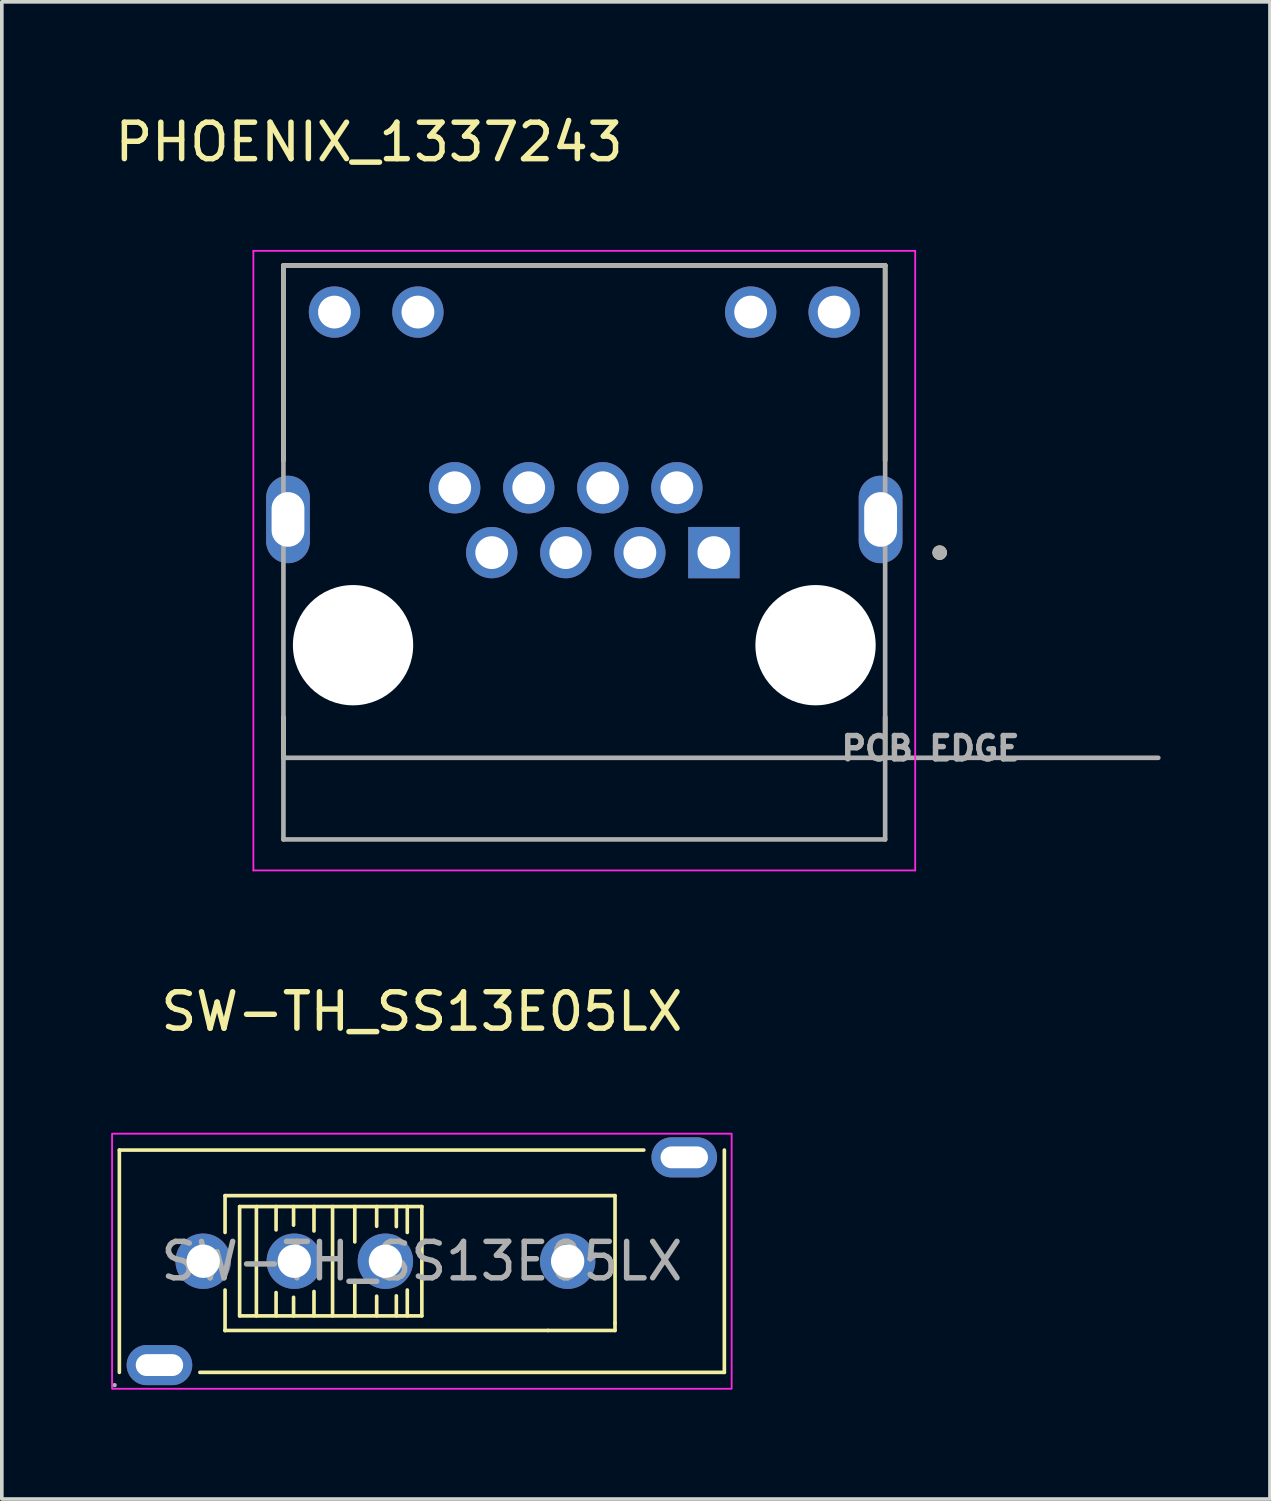
<source format=kicad_pcb>
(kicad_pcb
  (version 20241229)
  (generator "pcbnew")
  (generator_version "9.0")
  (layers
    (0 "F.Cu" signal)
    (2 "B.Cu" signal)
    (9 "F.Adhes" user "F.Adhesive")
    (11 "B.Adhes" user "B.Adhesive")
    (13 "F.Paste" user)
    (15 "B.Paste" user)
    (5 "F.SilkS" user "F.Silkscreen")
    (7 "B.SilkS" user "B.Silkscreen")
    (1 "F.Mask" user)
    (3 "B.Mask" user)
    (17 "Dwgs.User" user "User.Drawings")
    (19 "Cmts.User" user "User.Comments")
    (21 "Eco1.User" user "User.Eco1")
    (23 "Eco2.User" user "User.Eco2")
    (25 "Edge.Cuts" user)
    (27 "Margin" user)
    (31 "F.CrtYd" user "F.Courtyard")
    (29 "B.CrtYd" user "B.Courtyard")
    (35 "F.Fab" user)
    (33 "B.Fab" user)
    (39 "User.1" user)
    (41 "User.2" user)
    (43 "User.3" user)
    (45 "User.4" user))
  (footprint "PHOENIX_1337243"
    (layer "F.Cu")
    (at 4.727 19.983)
    (property "Reference" "PHOENIX_1337243" (at 2.35 -19.135 0) (layer "F.SilkS") (effects (font (size 1 1) (thickness 0.15))))
    (attr through_hole)
    (fp_line (start 0 -15.75) (end 0 -10.4) (stroke (width 0.127) (type solid)) (layer "F.SilkS"))
    (fp_line (start 0 -2.24) (end 0 -3.36) (stroke (width 0.127) (type solid)) (layer "F.SilkS"))
    (fp_line (start 16.51 -15.75) (end 0 -15.75) (stroke (width 0.127) (type solid)) (layer "F.SilkS"))
    (fp_line (start 16.51 -10.4) (end 16.51 -15.75) (stroke (width 0.127) (type solid)) (layer "F.SilkS"))
    (fp_line (start 16.51 -2.24) (end 16.51 -3.36) (stroke (width 0.127) (type solid)) (layer "F.SilkS"))
    (fp_circle (center 18.005 -7.87) (end 18.105 -7.87) (stroke (width 0.2) (type solid)) (fill no) (layer "F.SilkS"))
    (fp_line (start -0.825 -16.15) (end -0.825 0.85) (stroke (width 0.05) (type solid)) (layer "F.CrtYd"))
    (fp_line (start -0.825 0.85) (end 17.335 0.85) (stroke (width 0.05) (type solid)) (layer "F.CrtYd"))
    (fp_line (start 17.335 -16.15) (end -0.825 -16.15) (stroke (width 0.05) (type solid)) (layer "F.CrtYd"))
    (fp_line (start 17.335 0.85) (end 17.335 -16.15) (stroke (width 0.05) (type solid)) (layer "F.CrtYd"))
    (fp_line (start 0 -15.75) (end 0 -2.24) (stroke (width 0.127) (type solid)) (layer "F.Fab"))
    (fp_line (start 0 -2.24) (end 0 0) (stroke (width 0.127) (type solid)) (layer "F.Fab"))
    (fp_line (start 0 -2.24) (end 16.51 -2.24) (stroke (width 0.127) (type solid)) (layer "F.Fab"))
    (fp_line (start 0 0) (end 16.51 0) (stroke (width 0.127) (type solid)) (layer "F.Fab"))
    (fp_line (start 16.51 -15.75) (end 0 -15.75) (stroke (width 0.127) (type solid)) (layer "F.Fab"))
    (fp_line (start 16.51 -2.24) (end 16.51 -15.75) (stroke (width 0.127) (type solid)) (layer "F.Fab"))
    (fp_line (start 16.51 -2.24) (end 24.005 -2.24) (stroke (width 0.127) (type solid)) (layer "F.Fab"))
    (fp_line (start 16.51 0) (end 16.51 -2.24) (stroke (width 0.127) (type solid)) (layer "F.Fab"))
    (fp_circle (center 18.005 -7.87) (end 18.105 -7.87) (stroke (width 0.2) (type solid)) (fill no) (layer "F.Fab"))
    (fp_text user "PCB EDGE" (at 17.755 -2.5 0) (layer "F.Fab") (effects (font (size 0.64 0.64) (thickness 0.15))))
    (pad "" np_thru_hole circle (at 1.91 -5.33) (size 3.3 3.3) (drill 3.3) (layers "*.Cu" "*.Mask"))
    (pad "" np_thru_hole circle (at 14.6 -5.33) (size 3.3 3.3) (drill 3.3) (layers "*.Cu" "*.Mask"))
    (pad "1" thru_hole rect (at 11.811 -7.87) (size 1.408 1.408) (drill 0.9) (layers "*.Cu" "*.Mask"))
    (pad "2" thru_hole circle (at 10.795 -9.65) (size 1.408 1.408) (drill 0.9) (layers "*.Cu" "*.Mask"))
    (pad "3" thru_hole circle (at 9.779 -7.87) (size 1.408 1.408) (drill 0.9) (layers "*.Cu" "*.Mask"))
    (pad "4" thru_hole circle (at 8.763 -9.65) (size 1.408 1.408) (drill 0.9) (layers "*.Cu" "*.Mask"))
    (pad "5" thru_hole circle (at 7.747 -7.87) (size 1.408 1.408) (drill 0.9) (layers "*.Cu" "*.Mask"))
    (pad "6" thru_hole circle (at 6.731 -9.65) (size 1.408 1.408) (drill 0.9) (layers "*.Cu" "*.Mask"))
    (pad "7" thru_hole circle (at 5.715 -7.87) (size 1.408 1.408) (drill 0.9) (layers "*.Cu" "*.Mask"))
    (pad "8" thru_hole circle (at 4.699 -9.65) (size 1.408 1.408) (drill 0.9) (layers "*.Cu" "*.Mask"))
    (pad "9" thru_hole circle (at 15.11 -14.47) (size 1.408 1.408) (drill 0.9) (layers "*.Cu" "*.Mask"))
    (pad "10" thru_hole circle (at 12.82 -14.47) (size 1.408 1.408) (drill 0.9) (layers "*.Cu" "*.Mask"))
    (pad "11" thru_hole circle (at 3.69 -14.47) (size 1.408 1.408) (drill 0.9) (layers "*.Cu" "*.Mask"))
    (pad "12" thru_hole circle (at 1.4 -14.47) (size 1.408 1.408) (drill 0.9) (layers "*.Cu" "*.Mask"))
    (pad "SH1" thru_hole oval (at 0.125 -8.78) (size 1.2 2.4) (drill oval 0.9 1.5) (layers "*.Cu" "*.Mask"))
    (pad "SH2" thru_hole oval (at 16.385 -8.78) (size 1.2 2.4) (drill oval 0.9 1.5) (layers "*.Cu" "*.Mask")))
  (footprint "SW-TH_SS13E05LX"
    (layer "F.Cu")
    (at 8.525 31.556)
    (property "Reference" "SW-TH_SS13E05LX" (at 0 -6.85 0) (layer "F.SilkS") (effects (font (size 1 1) (thickness 0.15))))
    (attr through_hole)
    (fp_line (start -8.3 -3.05) (end -8.3 3.05) (stroke (width 0.1) (type solid)) (layer "F.SilkS"))
    (fp_line (start -8.3 -3.05) (end 6.09 -3.05) (stroke (width 0.1) (type solid)) (layer "F.SilkS"))
    (fp_line (start -6.09 3.05) (end 8.3 3.05) (stroke (width 0.1) (type solid)) (layer "F.SilkS"))
    (fp_line (start -5.4 -1.8) (end -5.4 -0.79) (stroke (width 0.1) (type solid)) (layer "F.SilkS"))
    (fp_line (start -5.4 -1.8) (end 5.3 -1.8) (stroke (width 0.1) (type solid)) (layer "F.SilkS"))
    (fp_line (start -5.4 0.79) (end -5.4 1.9) (stroke (width 0.1) (type solid)) (layer "F.SilkS"))
    (fp_line (start -5.4 1.9) (end -5.4 1.9) (stroke (width 0.1) (type solid)) (layer "F.SilkS"))
    (fp_line (start -5 -1.5) (end -5 1.5) (stroke (width 0.1) (type solid)) (layer "F.SilkS"))
    (fp_line (start -5 -1.5) (end 0 -1.5) (stroke (width 0.1) (type solid)) (layer "F.SilkS"))
    (fp_line (start -5 1.5) (end 0 1.5) (stroke (width 0.1) (type solid)) (layer "F.SilkS"))
    (fp_line (start -4.54 -1.5) (end -4.54 1.5) (stroke (width 0.1) (type solid)) (layer "F.SilkS"))
    (fp_line (start -4 -1.5) (end -4 -0.86) (stroke (width 0.1) (type solid)) (layer "F.SilkS"))
    (fp_line (start -4 0.86) (end -4 1.5) (stroke (width 0.1) (type solid)) (layer "F.SilkS"))
    (fp_line (start -3.52 -1.5) (end -3.52 -0.99) (stroke (width 0.1) (type solid)) (layer "F.SilkS"))
    (fp_line (start -3.52 0.99) (end -3.52 1.5) (stroke (width 0.1) (type solid)) (layer "F.SilkS"))
    (fp_line (start -2.96 -1.5) (end -2.96 -0.83) (stroke (width 0.1) (type solid)) (layer "F.SilkS"))
    (fp_line (start -2.96 0.83) (end -2.96 1.5) (stroke (width 0.1) (type solid)) (layer "F.SilkS"))
    (fp_line (start -2.45 -1.5) (end -2.45 1.5) (stroke (width 0.1) (type solid)) (layer "F.SilkS"))
    (fp_line (start -1.84 -1.5) (end -1.84 -0.53) (stroke (width 0.1) (type solid)) (layer "F.SilkS"))
    (fp_line (start -1.84 0.53) (end -1.84 1.5) (stroke (width 0.1) (type solid)) (layer "F.SilkS"))
    (fp_line (start -1.24 -1.5) (end -1.24 -0.96) (stroke (width 0.1) (type solid)) (layer "F.SilkS"))
    (fp_line (start -1.24 0.96) (end -1.24 1.5) (stroke (width 0.1) (type solid)) (layer "F.SilkS"))
    (fp_line (start -0.7 -1.5) (end -0.7 -0.95) (stroke (width 0.1) (type solid)) (layer "F.SilkS"))
    (fp_line (start -0.7 0.95) (end -0.7 1.5) (stroke (width 0.1) (type solid)) (layer "F.SilkS"))
    (fp_line (start -0.4 -1.5) (end -0.4 -0.79) (stroke (width 0.1) (type solid)) (layer "F.SilkS"))
    (fp_line (start -0.4 0.79) (end -0.4 1.5) (stroke (width 0.1) (type solid)) (layer "F.SilkS"))
    (fp_line (start 0 -1.5) (end 0 1.5) (stroke (width 0.1) (type solid)) (layer "F.SilkS"))
    (fp_line (start 3.46 1.9) (end -5.4 1.9) (stroke (width 0.1) (type solid)) (layer "F.SilkS"))
    (fp_line (start 5.3 -1.8) (end 5.3 1.7) (stroke (width 0.1) (type solid)) (layer "F.SilkS"))
    (fp_line (start 5.3 1.7) (end 5.3 1.9) (stroke (width 0.1) (type solid)) (layer "F.SilkS"))
    (fp_line (start 5.3 1.9) (end 3.46 1.9) (stroke (width 0.1) (type solid)) (layer "F.SilkS"))
    (fp_line (start 8.3 -3.05) (end 8.3 3.05) (stroke (width 0.1) (type solid)) (layer "F.SilkS"))
    (fp_rect (start -8.5 -3.5) (end 8.5 3.5) (stroke (width 0.05) (type default)) (fill no) (layer "F.CrtYd"))
    (fp_circle (center -8.43 3.4) (end -8.4 3.4) (stroke (width 0.06) (type solid)) (fill no) (layer "F.Fab"))
    (fp_circle (center -6 0) (end -5.82 0) (stroke (width 0.36) (type solid)) (fill no) (layer "F.Fab"))
    (fp_circle (center -3.5 0) (end -3.32 0) (stroke (width 0.36) (type solid)) (fill no) (layer "F.Fab"))
    (fp_circle (center -1 0) (end -0.82 0) (stroke (width 0.36) (type solid)) (fill no) (layer "F.Fab"))
    (fp_circle (center 4 0) (end 4.18 0) (stroke (width 0.36) (type solid)) (fill no) (layer "F.Fab"))
    (fp_text user "${REFERENCE}" (at 0 0 0) (layer "F.Fab") (effects (font (size 1 1) (thickness 0.15))))
    (pad "1" thru_hole circle (at -6 0) (size 1.52 1.52) (drill 0.914) (layers "*.Cu" "*.Mask"))
    (pad "2" thru_hole circle (at -3.5 0) (size 1.52 1.52) (drill 0.914) (layers "*.Cu" "*.Mask"))
    (pad "3" thru_hole circle (at -1 0) (size 1.52 1.52) (drill 0.914) (layers "*.Cu" "*.Mask"))
    (pad "4" thru_hole circle (at 4 0) (size 1.52 1.52) (drill 0.914) (layers "*.Cu" "*.Mask"))
    (pad "5" thru_hole oval (at 7.2 -2.85 90) (size 1.1 1.8) (drill oval 0.6 1.3) (layers "*.Cu" "*.Mask"))
    (pad "6" thru_hole oval (at -7.2 2.85 90) (size 1.1 1.8) (drill oval 0.6 1.3) (layers "*.Cu" "*.Mask")))
  (gr_rect
    (start -3 -3)
    (end 31.796 38.081)
    (stroke (width 0.1) (type default))
    (fill no)
    (layer "Edge.Cuts")))
</source>
